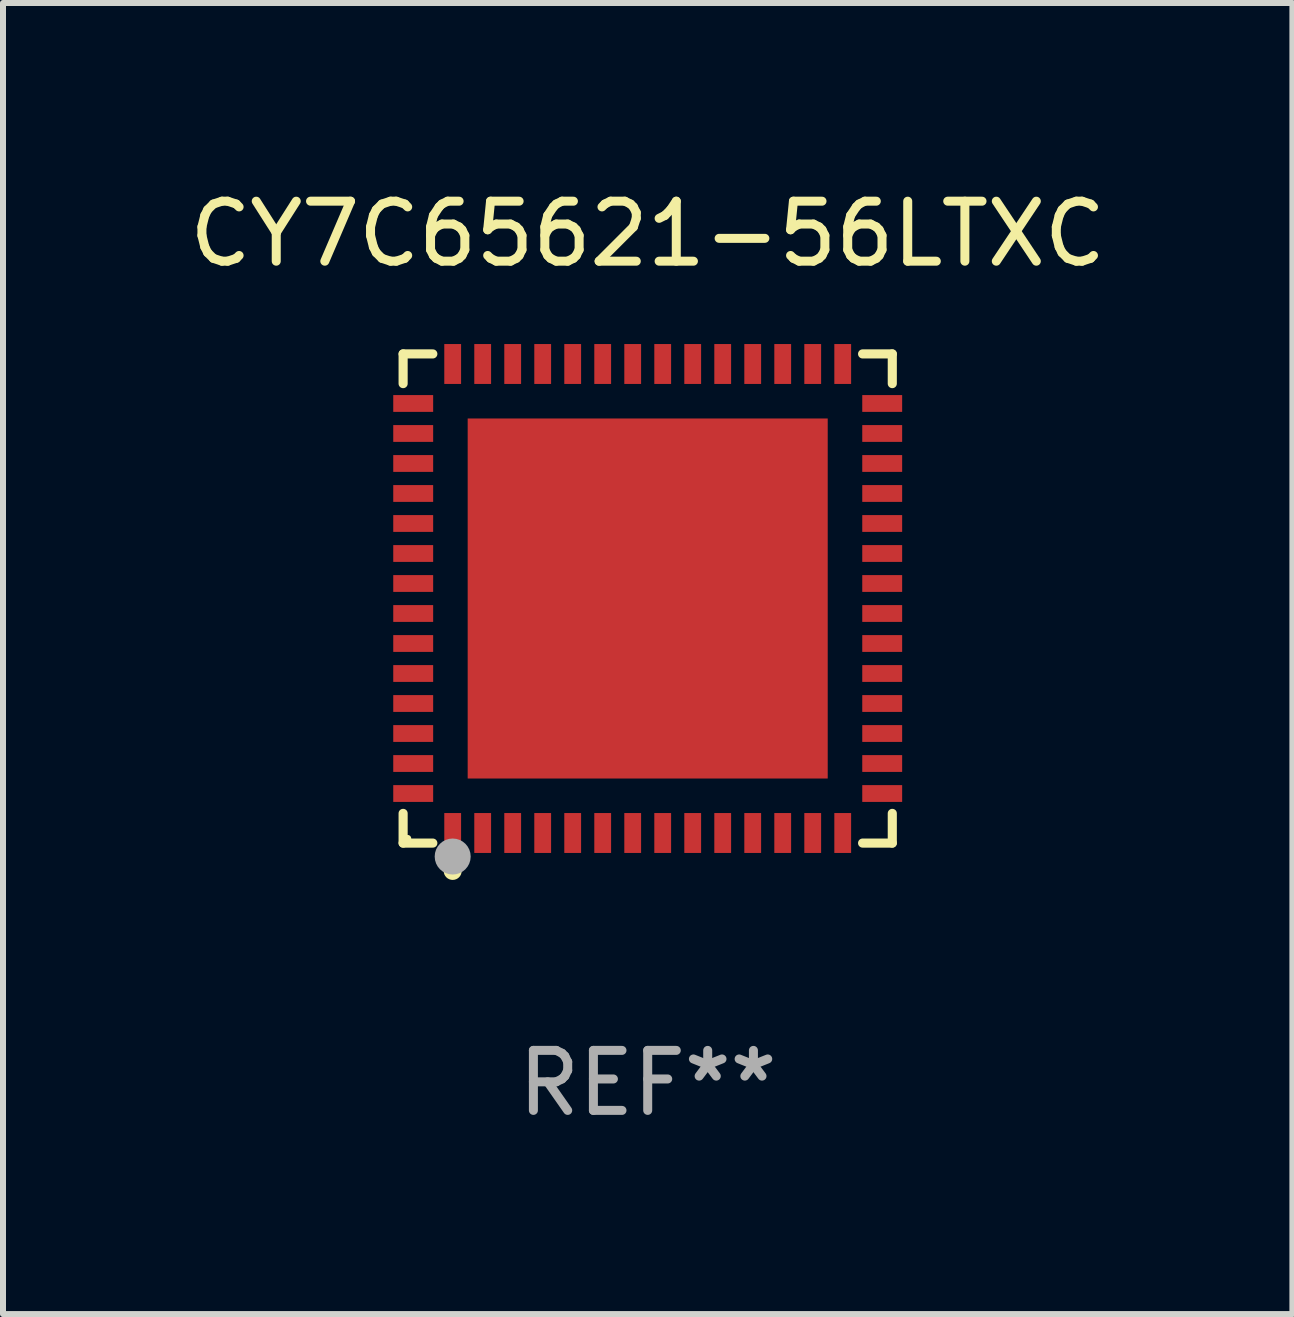
<source format=kicad_pcb>
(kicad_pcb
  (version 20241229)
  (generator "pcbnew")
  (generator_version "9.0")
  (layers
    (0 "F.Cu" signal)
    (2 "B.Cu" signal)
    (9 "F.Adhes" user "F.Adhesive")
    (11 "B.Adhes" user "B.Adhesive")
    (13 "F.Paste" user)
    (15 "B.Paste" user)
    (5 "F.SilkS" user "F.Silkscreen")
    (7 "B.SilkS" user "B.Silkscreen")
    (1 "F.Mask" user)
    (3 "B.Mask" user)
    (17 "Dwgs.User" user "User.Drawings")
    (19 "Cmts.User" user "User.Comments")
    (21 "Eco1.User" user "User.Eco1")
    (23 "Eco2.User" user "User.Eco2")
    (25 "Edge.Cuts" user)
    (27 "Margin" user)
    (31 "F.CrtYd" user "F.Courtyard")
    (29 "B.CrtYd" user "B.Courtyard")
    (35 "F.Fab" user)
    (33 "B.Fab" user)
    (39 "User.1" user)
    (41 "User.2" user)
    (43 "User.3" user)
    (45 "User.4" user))
  (footprint "CY7C65621-56LTXC"
    (layer "F.Cu")
    (at 7.744 6.924)
    (property "Reference" "CY7C65621-56LTXC" (at 0 -6.076 0) (layer "F.SilkS") (effects (font (size 1 1) (thickness 0.15))))
    (attr through_hole)
    (fp_line (start -4.076 -4.076) (end -3.581 -4.076) (stroke (width 0.152) (type solid)) (layer "F.SilkS"))
    (fp_line (start -4.076 -3.581) (end -4.076 -4.076) (stroke (width 0.152) (type solid)) (layer "F.SilkS"))
    (fp_line (start -4.076 3.581) (end -4.076 4.076) (stroke (width 0.152) (type solid)) (layer "F.SilkS"))
    (fp_line (start -4.076 4.076) (end -3.581 4.076) (stroke (width 0.152) (type solid)) (layer "F.SilkS"))
    (fp_line (start 4.076 -4.076) (end 3.581 -4.076) (stroke (width 0.152) (type solid)) (layer "F.SilkS"))
    (fp_line (start 4.076 -3.581) (end 4.076 -4.076) (stroke (width 0.152) (type solid)) (layer "F.SilkS"))
    (fp_line (start 4.076 3.581) (end 4.076 4.076) (stroke (width 0.152) (type solid)) (layer "F.SilkS"))
    (fp_line (start 4.076 4.076) (end 3.581 4.076) (stroke (width 0.152) (type solid)) (layer "F.SilkS"))
    (fp_circle (center -4 4) (end -3.97 4) (stroke (width 0.06) (type solid)) (fill no) (layer "F.SilkS"))
    (fp_circle (center -3.25 4.54) (end -3.175 4.54) (stroke (width 0.15) (type solid)) (fill no) (layer "F.SilkS"))
    (fp_circle (center -3.25 4.3) (end -3.1 4.3) (stroke (width 0.3) (type solid)) (fill no) (layer "F.Fab"))
    (fp_text user "REF**" (at 0 8.076 0) (layer "F.Fab") (effects (font (size 1 1) (thickness 0.15))))
    (pad "1" smd rect (at -3.25 3.908) (size 0.28 0.665) (layers "F.Cu" "F.Mask" "F.Paste"))
    (pad "2" smd rect (at -2.75 3.908) (size 0.28 0.665) (layers "F.Cu" "F.Mask" "F.Paste"))
    (pad "3" smd rect (at -2.25 3.908) (size 0.28 0.665) (layers "F.Cu" "F.Mask" "F.Paste"))
    (pad "4" smd rect (at -1.75 3.908) (size 0.28 0.665) (layers "F.Cu" "F.Mask" "F.Paste"))
    (pad "5" smd rect (at -1.25 3.908) (size 0.28 0.665) (layers "F.Cu" "F.Mask" "F.Paste"))
    (pad "6" smd rect (at -0.75 3.908) (size 0.28 0.665) (layers "F.Cu" "F.Mask" "F.Paste"))
    (pad "7" smd rect (at -0.25 3.908) (size 0.28 0.665) (layers "F.Cu" "F.Mask" "F.Paste"))
    (pad "8" smd rect (at 0.25 3.908) (size 0.28 0.665) (layers "F.Cu" "F.Mask" "F.Paste"))
    (pad "9" smd rect (at 0.75 3.908) (size 0.28 0.665) (layers "F.Cu" "F.Mask" "F.Paste"))
    (pad "10" smd rect (at 1.25 3.908) (size 0.28 0.665) (layers "F.Cu" "F.Mask" "F.Paste"))
    (pad "11" smd rect (at 1.75 3.908) (size 0.28 0.665) (layers "F.Cu" "F.Mask" "F.Paste"))
    (pad "12" smd rect (at 2.25 3.908) (size 0.28 0.665) (layers "F.Cu" "F.Mask" "F.Paste"))
    (pad "13" smd rect (at 2.75 3.908) (size 0.28 0.665) (layers "F.Cu" "F.Mask" "F.Paste"))
    (pad "14" smd rect (at 3.25 3.908) (size 0.28 0.665) (layers "F.Cu" "F.Mask" "F.Paste"))
    (pad "15" smd rect (at 3.908 3.25) (size 0.665 0.28) (layers "F.Cu" "F.Mask" "F.Paste"))
    (pad "16" smd rect (at 3.908 2.75) (size 0.665 0.28) (layers "F.Cu" "F.Mask" "F.Paste"))
    (pad "17" smd rect (at 3.908 2.25) (size 0.665 0.28) (layers "F.Cu" "F.Mask" "F.Paste"))
    (pad "18" smd rect (at 3.908 1.75) (size 0.665 0.28) (layers "F.Cu" "F.Mask" "F.Paste"))
    (pad "19" smd rect (at 3.908 1.25) (size 0.665 0.28) (layers "F.Cu" "F.Mask" "F.Paste"))
    (pad "20" smd rect (at 3.908 0.75) (size 0.665 0.28) (layers "F.Cu" "F.Mask" "F.Paste"))
    (pad "21" smd rect (at 3.908 0.25) (size 0.665 0.28) (layers "F.Cu" "F.Mask" "F.Paste"))
    (pad "22" smd rect (at 3.908 -0.25) (size 0.665 0.28) (layers "F.Cu" "F.Mask" "F.Paste"))
    (pad "23" smd rect (at 3.908 -0.75) (size 0.665 0.28) (layers "F.Cu" "F.Mask" "F.Paste"))
    (pad "24" smd rect (at 3.908 -1.25) (size 0.665 0.28) (layers "F.Cu" "F.Mask" "F.Paste"))
    (pad "25" smd rect (at 3.908 -1.75) (size 0.665 0.28) (layers "F.Cu" "F.Mask" "F.Paste"))
    (pad "26" smd rect (at 3.908 -2.25) (size 0.665 0.28) (layers "F.Cu" "F.Mask" "F.Paste"))
    (pad "27" smd rect (at 3.908 -2.75) (size 0.665 0.28) (layers "F.Cu" "F.Mask" "F.Paste"))
    (pad "28" smd rect (at 3.908 -3.25) (size 0.665 0.28) (layers "F.Cu" "F.Mask" "F.Paste"))
    (pad "29" smd rect (at 3.25 -3.908) (size 0.28 0.665) (layers "F.Cu" "F.Mask" "F.Paste"))
    (pad "30" smd rect (at 2.75 -3.908) (size 0.28 0.665) (layers "F.Cu" "F.Mask" "F.Paste"))
    (pad "31" smd rect (at 2.25 -3.908) (size 0.28 0.665) (layers "F.Cu" "F.Mask" "F.Paste"))
    (pad "32" smd rect (at 1.75 -3.908) (size 0.28 0.665) (layers "F.Cu" "F.Mask" "F.Paste"))
    (pad "33" smd rect (at 1.25 -3.908) (size 0.28 0.665) (layers "F.Cu" "F.Mask" "F.Paste"))
    (pad "34" smd rect (at 0.75 -3.908) (size 0.28 0.665) (layers "F.Cu" "F.Mask" "F.Paste"))
    (pad "35" smd rect (at 0.25 -3.908) (size 0.28 0.665) (layers "F.Cu" "F.Mask" "F.Paste"))
    (pad "36" smd rect (at -0.25 -3.908) (size 0.28 0.665) (layers "F.Cu" "F.Mask" "F.Paste"))
    (pad "37" smd rect (at -0.75 -3.908) (size 0.28 0.665) (layers "F.Cu" "F.Mask" "F.Paste"))
    (pad "38" smd rect (at -1.25 -3.908) (size 0.28 0.665) (layers "F.Cu" "F.Mask" "F.Paste"))
    (pad "39" smd rect (at -1.75 -3.908) (size 0.28 0.665) (layers "F.Cu" "F.Mask" "F.Paste"))
    (pad "40" smd rect (at -2.25 -3.908) (size 0.28 0.665) (layers "F.Cu" "F.Mask" "F.Paste"))
    (pad "41" smd rect (at -2.75 -3.908) (size 0.28 0.665) (layers "F.Cu" "F.Mask" "F.Paste"))
    (pad "42" smd rect (at -3.25 -3.908) (size 0.28 0.665) (layers "F.Cu" "F.Mask" "F.Paste"))
    (pad "43" smd rect (at -3.908 -3.25) (size 0.665 0.28) (layers "F.Cu" "F.Mask" "F.Paste"))
    (pad "44" smd rect (at -3.908 -2.75) (size 0.665 0.28) (layers "F.Cu" "F.Mask" "F.Paste"))
    (pad "45" smd rect (at -3.908 -2.25) (size 0.665 0.28) (layers "F.Cu" "F.Mask" "F.Paste"))
    (pad "46" smd rect (at -3.908 -1.75) (size 0.665 0.28) (layers "F.Cu" "F.Mask" "F.Paste"))
    (pad "47" smd rect (at -3.908 -1.25) (size 0.665 0.28) (layers "F.Cu" "F.Mask" "F.Paste"))
    (pad "48" smd rect (at -3.908 -0.75) (size 0.665 0.28) (layers "F.Cu" "F.Mask" "F.Paste"))
    (pad "49" smd rect (at -3.908 -0.25) (size 0.665 0.28) (layers "F.Cu" "F.Mask" "F.Paste"))
    (pad "50" smd rect (at -3.908 0.25) (size 0.665 0.28) (layers "F.Cu" "F.Mask" "F.Paste"))
    (pad "51" smd rect (at -3.908 0.75) (size 0.665 0.28) (layers "F.Cu" "F.Mask" "F.Paste"))
    (pad "52" smd rect (at -3.908 1.25) (size 0.665 0.28) (layers "F.Cu" "F.Mask" "F.Paste"))
    (pad "53" smd rect (at -3.908 1.75) (size 0.665 0.28) (layers "F.Cu" "F.Mask" "F.Paste"))
    (pad "54" smd rect (at -3.908 2.25) (size 0.665 0.28) (layers "F.Cu" "F.Mask" "F.Paste"))
    (pad "55" smd rect (at -3.908 2.75) (size 0.665 0.28) (layers "F.Cu" "F.Mask" "F.Paste"))
    (pad "56" smd rect (at -3.908 3.25) (size 0.665 0.28) (layers "F.Cu" "F.Mask" "F.Paste"))
    (pad "57" smd rect (at 0 0) (size 6 6) (layers "F.Cu" "F.Mask" "F.Paste")))
  (gr_rect
    (start -3 -3)
    (end 18.488 18.849)
    (stroke (width 0.1) (type default))
    (fill no)
    (layer "Edge.Cuts")))
</source>
